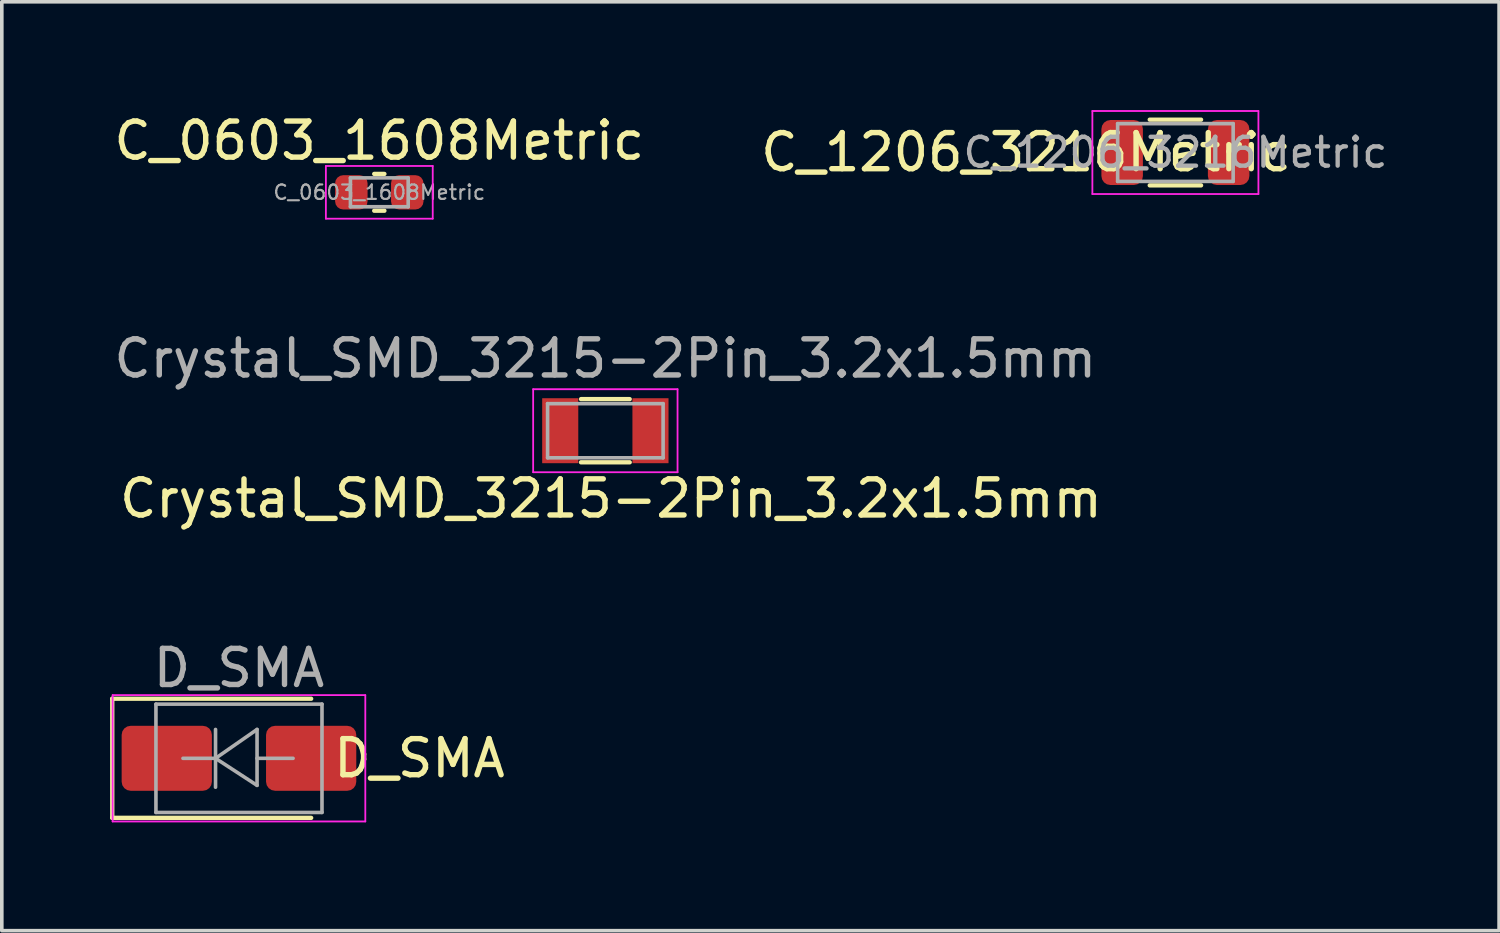
<source format=kicad_pcb>
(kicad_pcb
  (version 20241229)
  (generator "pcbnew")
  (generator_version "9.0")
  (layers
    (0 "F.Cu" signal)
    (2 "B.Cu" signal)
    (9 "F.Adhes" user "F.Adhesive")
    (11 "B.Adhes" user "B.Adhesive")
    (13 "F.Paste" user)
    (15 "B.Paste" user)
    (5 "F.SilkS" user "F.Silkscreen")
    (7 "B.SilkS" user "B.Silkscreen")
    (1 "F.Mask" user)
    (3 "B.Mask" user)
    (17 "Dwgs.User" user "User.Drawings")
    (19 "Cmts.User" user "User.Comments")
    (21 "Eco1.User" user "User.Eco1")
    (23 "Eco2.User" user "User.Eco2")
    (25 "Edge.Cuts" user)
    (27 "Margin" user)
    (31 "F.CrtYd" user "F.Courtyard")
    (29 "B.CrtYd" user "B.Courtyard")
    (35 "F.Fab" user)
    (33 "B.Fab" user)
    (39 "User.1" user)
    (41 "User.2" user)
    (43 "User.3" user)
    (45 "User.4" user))
  (footprint "Crystal_SMD_3215-2Pin_3.2x1.5mm"
    (layer "F.Cu")
    (at 13.72 8.882)
    (property "Reference" "Crystal_SMD_3215-2Pin_3.2x1.5mm" (at 0.156 1.879 180) (layer "F.SilkS") (effects (font (size 1 1) (thickness 0.15))))
    (attr smd)
    (fp_line (start -0.675 -0.875) (end 0.675 -0.875) (stroke (width 0.12) (type solid)) (layer "F.SilkS"))
    (fp_line (start -0.675 0.875) (end 0.675 0.875) (stroke (width 0.12) (type solid)) (layer "F.SilkS"))
    (fp_line (start -2 -1.15) (end -2 1.15) (stroke (width 0.05) (type solid)) (layer "F.CrtYd"))
    (fp_line (start -2 -1.15) (end 2 -1.15) (stroke (width 0.05) (type solid)) (layer "F.CrtYd"))
    (fp_line (start -2 1.15) (end 2 1.15) (stroke (width 0.05) (type solid)) (layer "F.CrtYd"))
    (fp_line (start 2 -1.15) (end 2 1.15) (stroke (width 0.05) (type solid)) (layer "F.CrtYd"))
    (fp_line (start -1.6 -0.75) (end -1.6 0.75) (stroke (width 0.1) (type solid)) (layer "F.Fab"))
    (fp_line (start -1.6 -0.75) (end 1.6 -0.75) (stroke (width 0.1) (type solid)) (layer "F.Fab"))
    (fp_line (start -1.6 0.75) (end 1.6 0.75) (stroke (width 0.1) (type solid)) (layer "F.Fab"))
    (fp_line (start 1.6 -0.75) (end 1.6 0.75) (stroke (width 0.1) (type solid)) (layer "F.Fab"))
    (fp_text user "${REFERENCE}" (at 0 -2 180) (layer "F.Fab") (effects (font (size 1 1) (thickness 0.15))))
    (pad "1" smd rect (at 1.25 0) (size 1 1.8) (layers "F.Cu" "F.Mask" "F.Paste"))
    (pad "2" smd rect (at -1.25 0) (size 1 1.8) (layers "F.Cu" "F.Mask" "F.Paste")))
  (footprint "C_0603_1608Metric"
    (layer "F.Cu")
    (at 7.458 2.278)
    (property "Reference" "C_0603_1608Metric" (at 0 -1.43 180) (layer "F.SilkS") (effects (font (size 1 1) (thickness 0.15))))
    (attr smd)
    (fp_line (start -0.141 -0.51) (end 0.141 -0.51) (stroke (width 0.12) (type solid)) (layer "F.SilkS"))
    (fp_line (start -0.141 0.51) (end 0.141 0.51) (stroke (width 0.12) (type solid)) (layer "F.SilkS"))
    (fp_line (start -1.48 -0.73) (end 1.48 -0.73) (stroke (width 0.05) (type solid)) (layer "F.CrtYd"))
    (fp_line (start -1.48 0.73) (end -1.48 -0.73) (stroke (width 0.05) (type solid)) (layer "F.CrtYd"))
    (fp_line (start 1.48 -0.73) (end 1.48 0.73) (stroke (width 0.05) (type solid)) (layer "F.CrtYd"))
    (fp_line (start 1.48 0.73) (end -1.48 0.73) (stroke (width 0.05) (type solid)) (layer "F.CrtYd"))
    (fp_line (start -0.8 -0.4) (end 0.8 -0.4) (stroke (width 0.1) (type solid)) (layer "F.Fab"))
    (fp_line (start -0.8 0.4) (end -0.8 -0.4) (stroke (width 0.1) (type solid)) (layer "F.Fab"))
    (fp_line (start 0.8 -0.4) (end 0.8 0.4) (stroke (width 0.1) (type solid)) (layer "F.Fab"))
    (fp_line (start 0.8 0.4) (end -0.8 0.4) (stroke (width 0.1) (type solid)) (layer "F.Fab"))
    (fp_text user "${REFERENCE}" (at 0 0 180) (layer "F.Fab") (effects (font (size 0.4 0.4) (thickness 0.06))))
    (pad "1" smd roundrect (at -0.775 0) (size 0.9 0.95) (layers "F.Cu" "F.Mask" "F.Paste") (roundrect_rratio 0.25))
    (pad "2" smd roundrect (at 0.775 0) (size 0.9 0.95) (layers "F.Cu" "F.Mask" "F.Paste") (roundrect_rratio 0.25)))
  (footprint "C_1206_3216Metric"
    (layer "F.Cu")
    (at 29.512 1.175)
    (property "Reference" "C_1206_3216Metric" (at -4.137 -0.007 180) (layer "F.SilkS") (effects (font (size 1 1) (thickness 0.15))))
    (attr smd)
    (fp_line (start -0.711 -0.91) (end 0.711 -0.91) (stroke (width 0.12) (type solid)) (layer "F.SilkS"))
    (fp_line (start -0.711 0.91) (end 0.711 0.91) (stroke (width 0.12) (type solid)) (layer "F.SilkS"))
    (fp_line (start -2.3 -1.15) (end 2.3 -1.15) (stroke (width 0.05) (type solid)) (layer "F.CrtYd"))
    (fp_line (start -2.3 1.15) (end -2.3 -1.15) (stroke (width 0.05) (type solid)) (layer "F.CrtYd"))
    (fp_line (start 2.3 -1.15) (end 2.3 1.15) (stroke (width 0.05) (type solid)) (layer "F.CrtYd"))
    (fp_line (start 2.3 1.15) (end -2.3 1.15) (stroke (width 0.05) (type solid)) (layer "F.CrtYd"))
    (fp_line (start -1.6 -0.8) (end 1.6 -0.8) (stroke (width 0.1) (type solid)) (layer "F.Fab"))
    (fp_line (start -1.6 0.8) (end -1.6 -0.8) (stroke (width 0.1) (type solid)) (layer "F.Fab"))
    (fp_line (start 1.6 -0.8) (end 1.6 0.8) (stroke (width 0.1) (type solid)) (layer "F.Fab"))
    (fp_line (start 1.6 0.8) (end -1.6 0.8) (stroke (width 0.1) (type solid)) (layer "F.Fab"))
    (fp_text user "${REFERENCE}" (at 0 0 180) (layer "F.Fab") (effects (font (size 0.8 0.8) (thickness 0.12))))
    (pad "1" smd roundrect (at -1.475 0) (size 1.15 1.8) (layers "F.Cu" "F.Mask" "F.Paste") (roundrect_rratio 0.217))
    (pad "2" smd roundrect (at 1.475 0) (size 1.15 1.8) (layers "F.Cu" "F.Mask" "F.Paste") (roundrect_rratio 0.217)))
  (footprint "D_SMA"
    (layer "F.Cu")
    (at 3.57 17.957)
    (property "Reference" "D_SMA" (at 5 0 180) (layer "F.SilkS") (effects (font (size 1 1) (thickness 0.15))))
    (attr smd)
    (fp_line (start -3.51 -1.65) (end -3.51 1.65) (stroke (width 0.12) (type solid)) (layer "F.SilkS"))
    (fp_line (start -3.51 -1.65) (end 2 -1.65) (stroke (width 0.12) (type solid)) (layer "F.SilkS"))
    (fp_line (start -3.51 1.65) (end 2 1.65) (stroke (width 0.12) (type solid)) (layer "F.SilkS"))
    (fp_line (start -3.5 -1.75) (end 3.5 -1.75) (stroke (width 0.05) (type solid)) (layer "F.CrtYd"))
    (fp_line (start -3.5 1.75) (end -3.5 -1.75) (stroke (width 0.05) (type solid)) (layer "F.CrtYd"))
    (fp_line (start 3.5 -1.75) (end 3.5 1.75) (stroke (width 0.05) (type solid)) (layer "F.CrtYd"))
    (fp_line (start 3.5 1.75) (end -3.5 1.75) (stroke (width 0.05) (type solid)) (layer "F.CrtYd"))
    (fp_line (start -2.3 1.5) (end -2.3 -1.5) (stroke (width 0.1) (type solid)) (layer "F.Fab"))
    (fp_line (start -0.649 -0.799) (end -0.649 0.801) (stroke (width 0.1) (type solid)) (layer "F.Fab"))
    (fp_line (start -0.649 0.001) (end -1.551 0.001) (stroke (width 0.1) (type solid)) (layer "F.Fab"))
    (fp_line (start -0.649 0.001) (end 0.501 -0.799) (stroke (width 0.1) (type solid)) (layer "F.Fab"))
    (fp_line (start -0.649 0.001) (end 0.501 0.75) (stroke (width 0.1) (type solid)) (layer "F.Fab"))
    (fp_line (start 0.501 0.001) (end 1.499 0.001) (stroke (width 0.1) (type solid)) (layer "F.Fab"))
    (fp_line (start 0.501 0.75) (end 0.501 -0.799) (stroke (width 0.1) (type solid)) (layer "F.Fab"))
    (fp_line (start 2.3 -1.5) (end -2.3 -1.5) (stroke (width 0.1) (type solid)) (layer "F.Fab"))
    (fp_line (start 2.3 -1.5) (end 2.3 1.5) (stroke (width 0.1) (type solid)) (layer "F.Fab"))
    (fp_line (start 2.3 1.5) (end -2.3 1.5) (stroke (width 0.1) (type solid)) (layer "F.Fab"))
    (fp_text user "${REFERENCE}" (at 0 -2.5 180) (layer "F.Fab") (effects (font (size 1 1) (thickness 0.15))))
    (pad "1" smd roundrect (at -2 0) (size 2.5 1.8) (layers "F.Cu" "F.Mask" "F.Paste") (roundrect_rratio 0.139))
    (pad "2" smd roundrect (at 2 0) (size 2.5 1.8) (layers "F.Cu" "F.Mask" "F.Paste") (roundrect_rratio 0.139)))
  (gr_rect
    (start -3 -3)
    (end 38.479 22.732)
    (stroke (width 0.1) (type default))
    (fill no)
    (layer "Edge.Cuts")))
</source>
